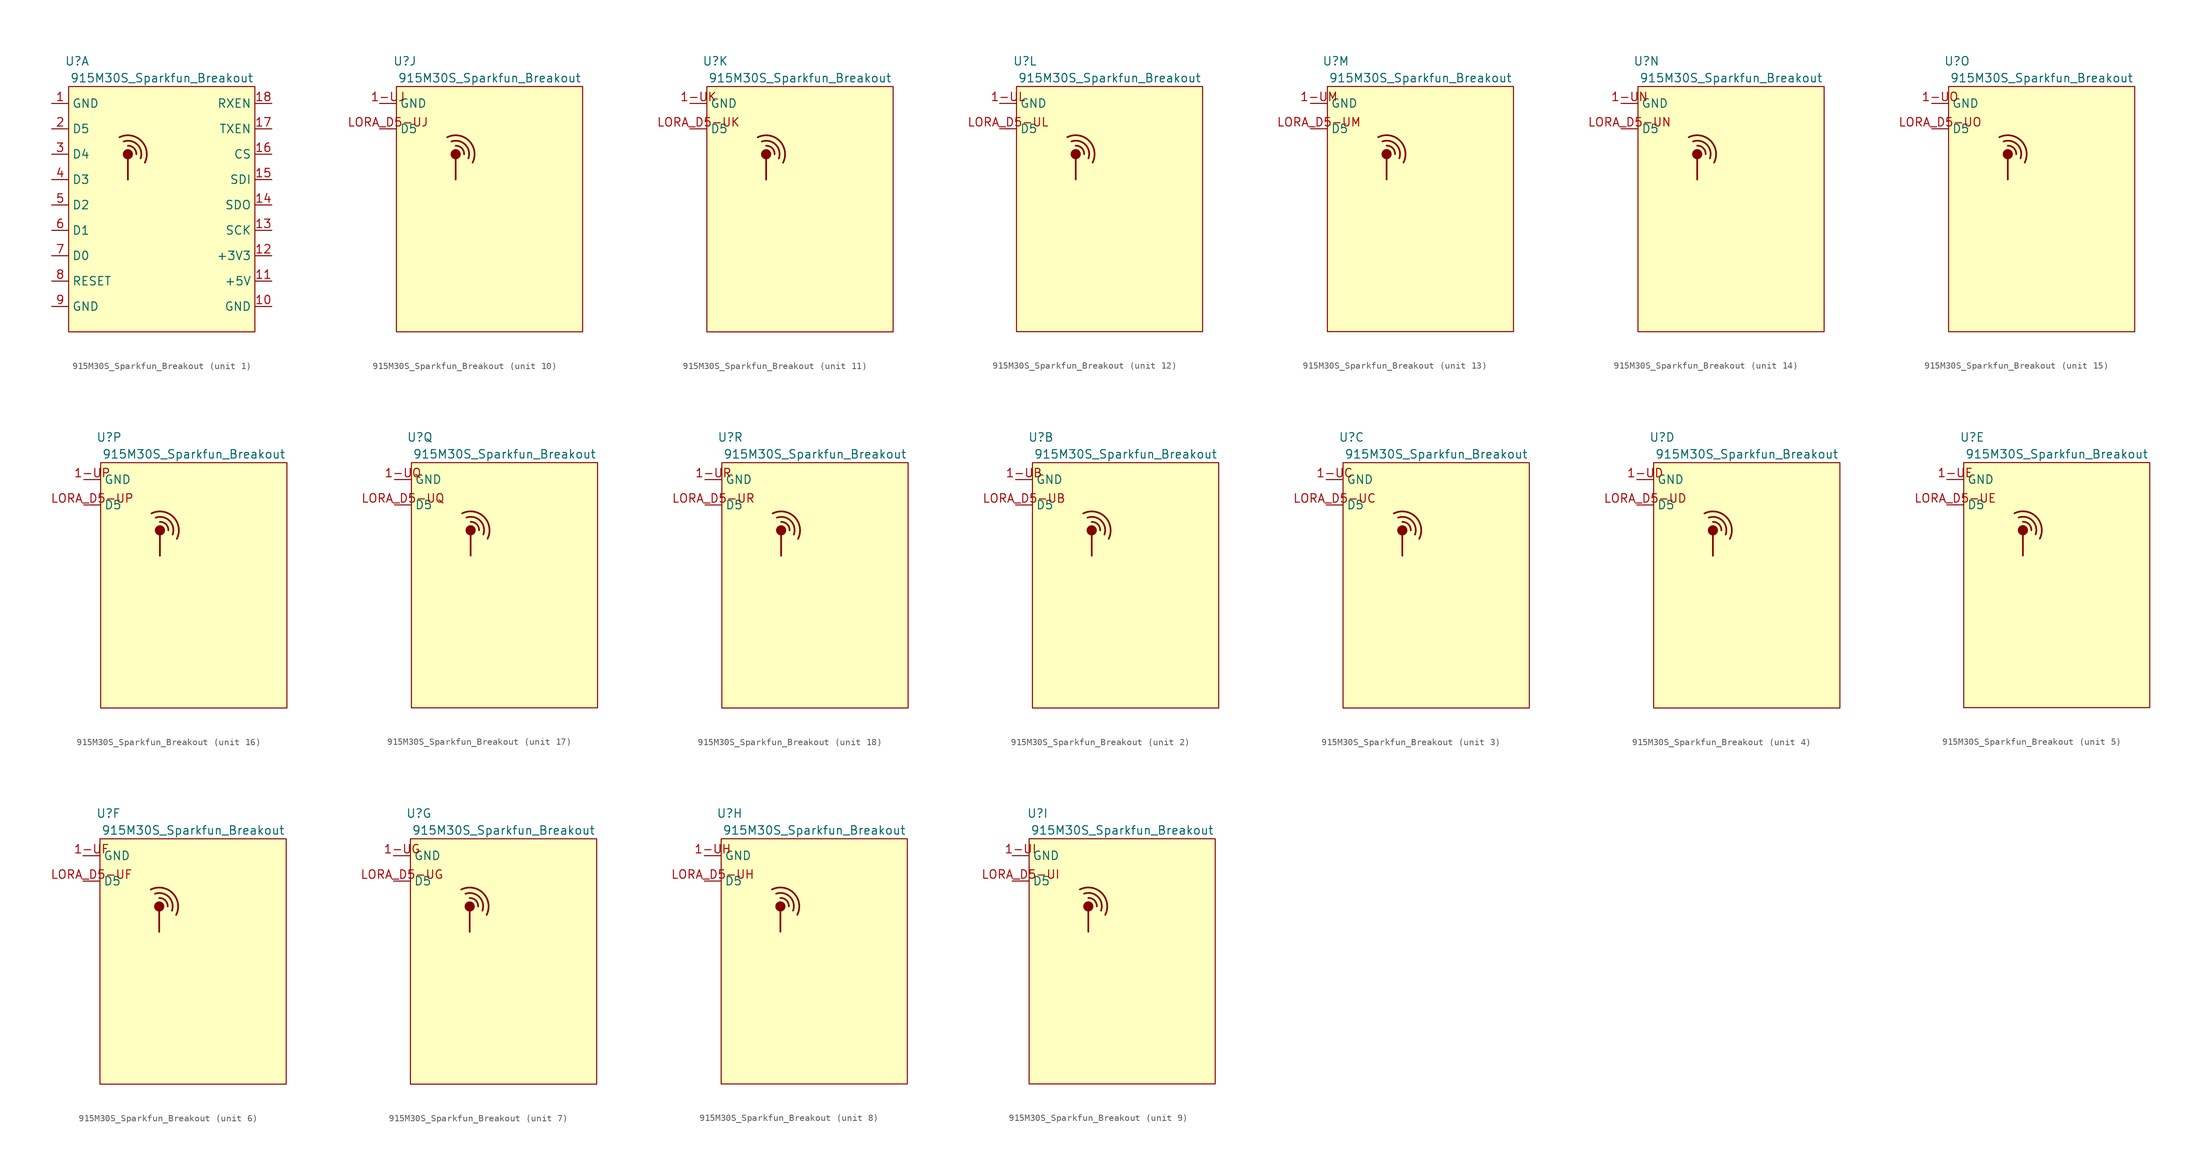
<source format=kicad_sym>
(kicad_symbol_lib
  (version 20211014)
  (generator kicad_symbol_editor)
  (symbol "915M30S_Sparkfun_Breakout"
    (property "Reference" "U"
      (at -12.7 21.59 0)
      (effects (font (size 1.27 1.27))))
    (property "Value" "915M30S_Sparkfun_Breakout"
      (at 0 19.05 0)
      (effects (font (size 1.27 1.27))))
    (symbol "915M30S_Sparkfun_Breakout_0_1"
      (circle (center -5.08 7.62) (radius 0.635) (stroke (width 0.254) (type default) (color 0 0 0 0)) (fill (type outline)))
      (arc (start -3.8099 7.6201) (mid -4.169 8.531) (end -5.0799 8.8901) (stroke (width 0.254) (type default) (color 0 0 0 0)) (fill (type none)))
      (arc (start -3.1749 6.9851) (mid -3.6416 9.0584) (end -5.7149 9.5251) (stroke (width 0.254) (type default) (color 0 0 0 0)) (fill (type none)))
      (arc (start -2.5399 6.3501) (mid -3.0719 9.6281) (end -6.3499 10.1601) (stroke (width 0.254) (type default) (color 0 0 0 0)) (fill (type none)))
      (polyline (pts (xy -5.08 6.985) (xy -5.08 3.81)) (stroke (width 0.254) (type default) (color 0 0 0 0)) (fill (type none)))
      (rectangle (start 13.97 17.78) (end -13.97 -19.05) (stroke (width 0) (type default) (color 0 0 0 0)) (fill (type background))))
    (symbol "915M30S_Sparkfun_Breakout_1_1"
      (pin power_in line (at -16.51 15.24 0) (length 2.54) (name "GND" (effects (font (size 1.27 1.27)))) (number "1" (effects (font (size 1.27 1.27)))))
      (pin power_in line (at 16.51 -15.24 180) (length 2.54) (name "GND" (effects (font (size 1.27 1.27)))) (number "10" (effects (font (size 1.27 1.27)))))
      (pin power_in line (at 16.51 -11.43 180) (length 2.54) (name "+5V" (effects (font (size 1.27 1.27)))) (number "11" (effects (font (size 1.27 1.27)))))
      (pin power_in line (at 16.51 -7.62 180) (length 2.54) (name "+3V3" (effects (font (size 1.27 1.27)))) (number "12" (effects (font (size 1.27 1.27)))))
      (pin input line (at 16.51 -3.81 180) (length 2.54) (name "SCK" (effects (font (size 1.27 1.27)))) (number "13" (effects (font (size 1.27 1.27)))))
      (pin bidirectional line (at 16.51 0 180) (length 2.54) (name "SDO" (effects (font (size 1.27 1.27)))) (number "14" (effects (font (size 1.27 1.27)))))
      (pin bidirectional line (at 16.51 3.81 180) (length 2.54) (name "SDI" (effects (font (size 1.27 1.27)))) (number "15" (effects (font (size 1.27 1.27)))))
      (pin input line (at 16.51 7.62 180) (length 2.54) (name "CS" (effects (font (size 1.27 1.27)))) (number "16" (effects (font (size 1.27 1.27)))))
      (pin input line (at 16.51 11.43 180) (length 2.54) (name "TXEN" (effects (font (size 1.27 1.27)))) (number "17" (effects (font (size 1.27 1.27)))))
      (pin input line (at 16.51 15.24 180) (length 2.54) (name "RXEN" (effects (font (size 1.27 1.27)))) (number "18" (effects (font (size 1.27 1.27)))))
      (pin bidirectional line (at -16.51 11.43 0) (length 2.54) (name "D5" (effects (font (size 1.27 1.27)))) (number "2" (effects (font (size 1.27 1.27)))))
      (pin bidirectional line (at -16.51 7.62 0) (length 2.54) (name "D4" (effects (font (size 1.27 1.27)))) (number "3" (effects (font (size 1.27 1.27)))))
      (pin bidirectional line (at -16.51 3.81 0) (length 2.54) (name "D3" (effects (font (size 1.27 1.27)))) (number "4" (effects (font (size 1.27 1.27)))))
      (pin bidirectional line (at -16.51 0 0) (length 2.54) (name "D2" (effects (font (size 1.27 1.27)))) (number "5" (effects (font (size 1.27 1.27)))))
      (pin bidirectional line (at -16.51 -3.81 0) (length 2.54) (name "D1" (effects (font (size 1.27 1.27)))) (number "6" (effects (font (size 1.27 1.27)))))
      (pin bidirectional line (at -16.51 -7.62 0) (length 2.54) (name "D0" (effects (font (size 1.27 1.27)))) (number "7" (effects (font (size 1.27 1.27)))))
      (pin input line (at -16.51 -11.43 0) (length 2.54) (name "RESET" (effects (font (size 1.27 1.27)))) (number "8" (effects (font (size 1.27 1.27)))))
      (pin power_in line (at -16.51 -15.24 0) (length 2.54) (name "GND" (effects (font (size 1.27 1.27)))) (number "9" (effects (font (size 1.27 1.27))))))
    (symbol "915M30S_Sparkfun_Breakout_2_1"
      (pin power_in line (at -16.51 15.24 0) (length 2.54) (name "GND" (effects (font (size 1.27 1.27)))) (number "1-UB" (effects (font (size 1.27 1.27)))))
      (pin bidirectional line (at -16.51 11.43 0) (length 2.54) (name "D5" (effects (font (size 1.27 1.27)))) (number "LORA_D5-UB" (effects (font (size 1.27 1.27))))))
    (symbol "915M30S_Sparkfun_Breakout_3_1"
      (pin power_in line (at -16.51 15.24 0) (length 2.54) (name "GND" (effects (font (size 1.27 1.27)))) (number "1-UC" (effects (font (size 1.27 1.27)))))
      (pin bidirectional line (at -16.51 11.43 0) (length 2.54) (name "D5" (effects (font (size 1.27 1.27)))) (number "LORA_D5-UC" (effects (font (size 1.27 1.27))))))
    (symbol "915M30S_Sparkfun_Breakout_4_1"
      (pin power_in line (at -16.51 15.24 0) (length 2.54) (name "GND" (effects (font (size 1.27 1.27)))) (number "1-UD" (effects (font (size 1.27 1.27)))))
      (pin bidirectional line (at -16.51 11.43 0) (length 2.54) (name "D5" (effects (font (size 1.27 1.27)))) (number "LORA_D5-UD" (effects (font (size 1.27 1.27))))))
    (symbol "915M30S_Sparkfun_Breakout_5_1"
      (pin power_in line (at -16.51 15.24 0) (length 2.54) (name "GND" (effects (font (size 1.27 1.27)))) (number "1-UE" (effects (font (size 1.27 1.27)))))
      (pin bidirectional line (at -16.51 11.43 0) (length 2.54) (name "D5" (effects (font (size 1.27 1.27)))) (number "LORA_D5-UE" (effects (font (size 1.27 1.27))))))
    (symbol "915M30S_Sparkfun_Breakout_6_1"
      (pin power_in line (at -16.51 15.24 0) (length 2.54) (name "GND" (effects (font (size 1.27 1.27)))) (number "1-UF" (effects (font (size 1.27 1.27)))))
      (pin bidirectional line (at -16.51 11.43 0) (length 2.54) (name "D5" (effects (font (size 1.27 1.27)))) (number "LORA_D5-UF" (effects (font (size 1.27 1.27))))))
    (symbol "915M30S_Sparkfun_Breakout_7_1"
      (pin power_in line (at -16.51 15.24 0) (length 2.54) (name "GND" (effects (font (size 1.27 1.27)))) (number "1-UG" (effects (font (size 1.27 1.27)))))
      (pin bidirectional line (at -16.51 11.43 0) (length 2.54) (name "D5" (effects (font (size 1.27 1.27)))) (number "LORA_D5-UG" (effects (font (size 1.27 1.27))))))
    (symbol "915M30S_Sparkfun_Breakout_8_1"
      (pin power_in line (at -16.51 15.24 0) (length 2.54) (name "GND" (effects (font (size 1.27 1.27)))) (number "1-UH" (effects (font (size 1.27 1.27)))))
      (pin bidirectional line (at -16.51 11.43 0) (length 2.54) (name "D5" (effects (font (size 1.27 1.27)))) (number "LORA_D5-UH" (effects (font (size 1.27 1.27))))))
    (symbol "915M30S_Sparkfun_Breakout_9_1"
      (pin power_in line (at -16.51 15.24 0) (length 2.54) (name "GND" (effects (font (size 1.27 1.27)))) (number "1-UI" (effects (font (size 1.27 1.27)))))
      (pin bidirectional line (at -16.51 11.43 0) (length 2.54) (name "D5" (effects (font (size 1.27 1.27)))) (number "LORA_D5-UI" (effects (font (size 1.27 1.27))))))
    (symbol "915M30S_Sparkfun_Breakout_10_1"
      (pin power_in line (at -16.51 15.24 0) (length 2.54) (name "GND" (effects (font (size 1.27 1.27)))) (number "1-UJ" (effects (font (size 1.27 1.27)))))
      (pin bidirectional line (at -16.51 11.43 0) (length 2.54) (name "D5" (effects (font (size 1.27 1.27)))) (number "LORA_D5-UJ" (effects (font (size 1.27 1.27))))))
    (symbol "915M30S_Sparkfun_Breakout_11_1"
      (pin power_in line (at -16.51 15.24 0) (length 2.54) (name "GND" (effects (font (size 1.27 1.27)))) (number "1-UK" (effects (font (size 1.27 1.27)))))
      (pin bidirectional line (at -16.51 11.43 0) (length 2.54) (name "D5" (effects (font (size 1.27 1.27)))) (number "LORA_D5-UK" (effects (font (size 1.27 1.27))))))
    (symbol "915M30S_Sparkfun_Breakout_12_1"
      (pin power_in line (at -16.51 15.24 0) (length 2.54) (name "GND" (effects (font (size 1.27 1.27)))) (number "1-UL" (effects (font (size 1.27 1.27)))))
      (pin bidirectional line (at -16.51 11.43 0) (length 2.54) (name "D5" (effects (font (size 1.27 1.27)))) (number "LORA_D5-UL" (effects (font (size 1.27 1.27))))))
    (symbol "915M30S_Sparkfun_Breakout_13_1"
      (pin power_in line (at -16.51 15.24 0) (length 2.54) (name "GND" (effects (font (size 1.27 1.27)))) (number "1-UM" (effects (font (size 1.27 1.27)))))
      (pin bidirectional line (at -16.51 11.43 0) (length 2.54) (name "D5" (effects (font (size 1.27 1.27)))) (number "LORA_D5-UM" (effects (font (size 1.27 1.27))))))
    (symbol "915M30S_Sparkfun_Breakout_14_1"
      (pin power_in line (at -16.51 15.24 0) (length 2.54) (name "GND" (effects (font (size 1.27 1.27)))) (number "1-UN" (effects (font (size 1.27 1.27)))))
      (pin bidirectional line (at -16.51 11.43 0) (length 2.54) (name "D5" (effects (font (size 1.27 1.27)))) (number "LORA_D5-UN" (effects (font (size 1.27 1.27))))))
    (symbol "915M30S_Sparkfun_Breakout_15_1"
      (pin power_in line (at -16.51 15.24 0) (length 2.54) (name "GND" (effects (font (size 1.27 1.27)))) (number "1-UO" (effects (font (size 1.27 1.27)))))
      (pin bidirectional line (at -16.51 11.43 0) (length 2.54) (name "D5" (effects (font (size 1.27 1.27)))) (number "LORA_D5-UO" (effects (font (size 1.27 1.27))))))
    (symbol "915M30S_Sparkfun_Breakout_16_1"
      (pin power_in line (at -16.51 15.24 0) (length 2.54) (name "GND" (effects (font (size 1.27 1.27)))) (number "1-UP" (effects (font (size 1.27 1.27)))))
      (pin bidirectional line (at -16.51 11.43 0) (length 2.54) (name "D5" (effects (font (size 1.27 1.27)))) (number "LORA_D5-UP" (effects (font (size 1.27 1.27))))))
    (symbol "915M30S_Sparkfun_Breakout_17_1"
      (pin power_in line (at -16.51 15.24 0) (length 2.54) (name "GND" (effects (font (size 1.27 1.27)))) (number "1-UQ" (effects (font (size 1.27 1.27)))))
      (pin bidirectional line (at -16.51 11.43 0) (length 2.54) (name "D5" (effects (font (size 1.27 1.27)))) (number "LORA_D5-UQ" (effects (font (size 1.27 1.27))))))
    (symbol "915M30S_Sparkfun_Breakout_18_1"
      (pin power_in line (at -16.51 15.24 0) (length 2.54) (name "GND" (effects (font (size 1.27 1.27)))) (number "1-UR" (effects (font (size 1.27 1.27)))))
      (pin bidirectional line (at -16.51 11.43 0) (length 2.54) (name "D5" (effects (font (size 1.27 1.27)))) (number "LORA_D5-UR" (effects (font (size 1.27 1.27))))))))
</source>
